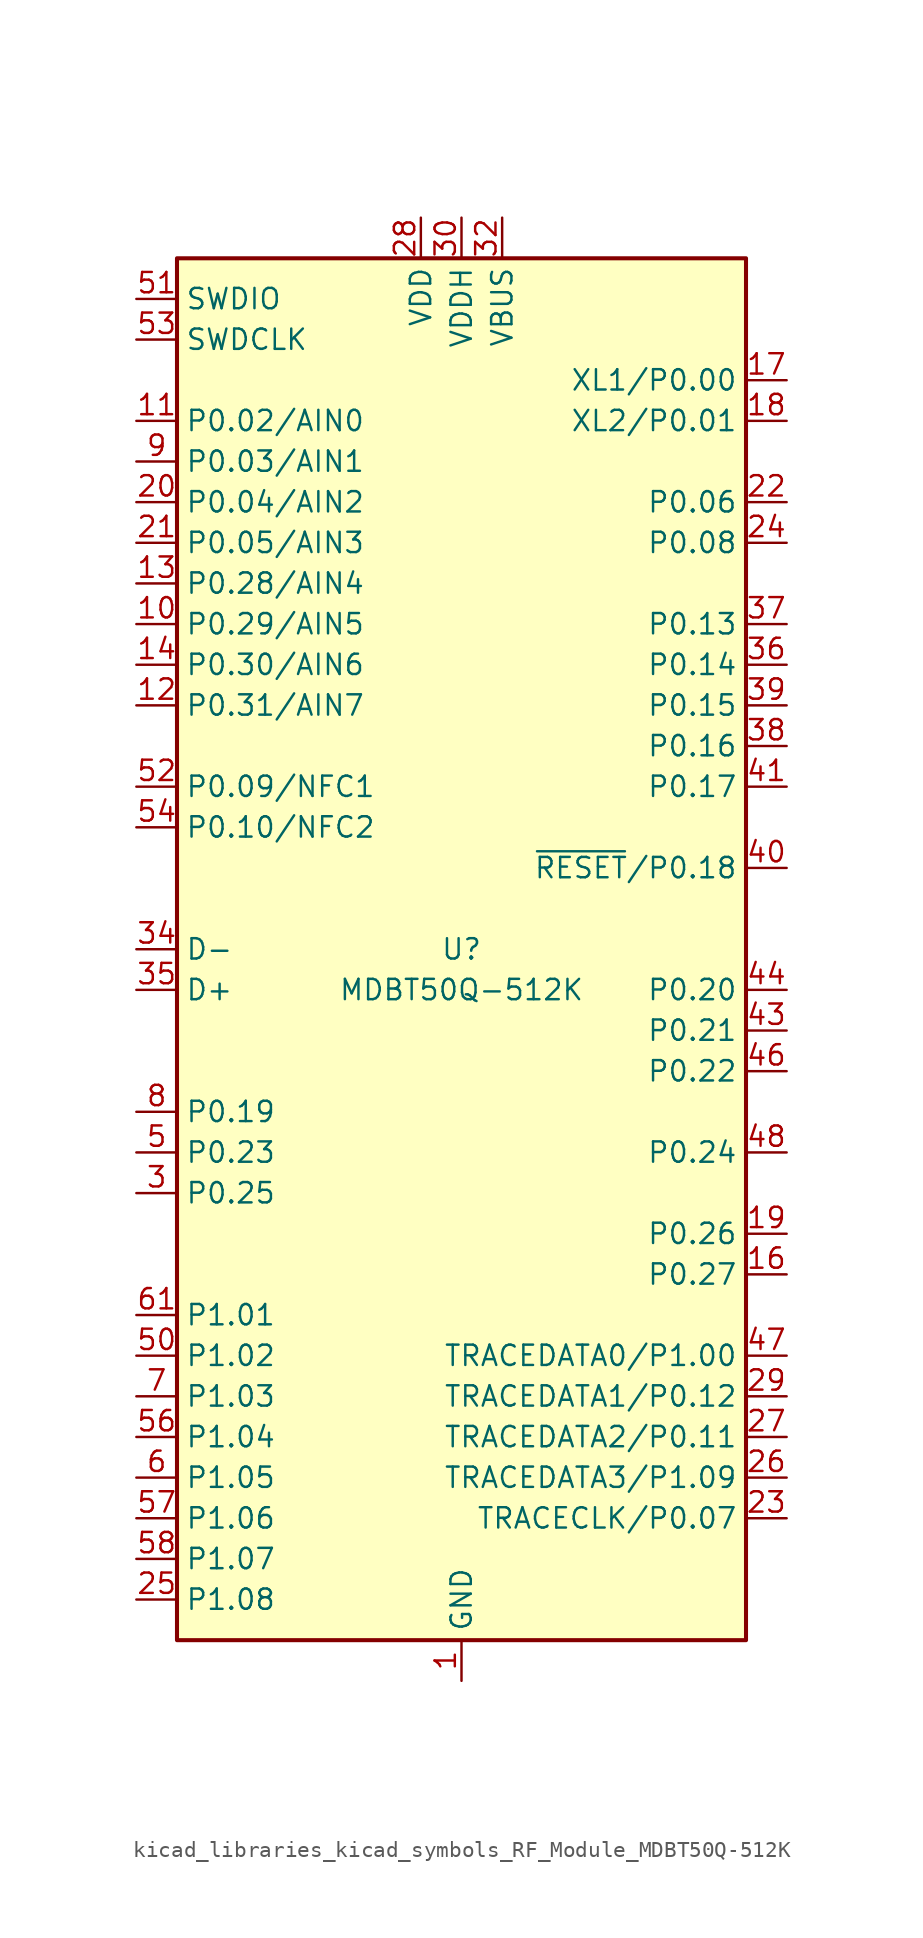
<source format=kicad_sym>
(kicad_symbol_lib
  (version 20220914)
  (generator kicad_symbol_editor)
  (symbol "kicad_libraries_kicad_symbols_RF_Module_MDBT50Q-512K"
    (property "Reference" "U"
      (at 0 0 0)
      (effects (font (size 1.27 1.27))))
    (property "Value" "MDBT50Q-512K"
      (at 0 -2.54 0)
      (effects (font (size 1.27 1.27))))
    (symbol "kicad_libraries_kicad_symbols_RF_Module_MDBT50Q-512K_0_1"
      (rectangle (start -17.78 43.18) (end 17.78 -43.18) (stroke (width 0.254) (type default)) (fill (type background))))
    (symbol "kicad_libraries_kicad_symbols_RF_Module_MDBT50Q-512K_1_1"
      (pin power_in line (at 0 -45.72 90) (length 2.54) (name "GND" (effects (font (size 1.27 1.27)))) (number "1" (effects (font (size 1.27 1.27)))))
      (pin bidirectional line (at -20.32 20.32 0) (length 2.54) (name "P0.29/AIN5" (effects (font (size 1.27 1.27)))) (number "10" (effects (font (size 1.27 1.27)))))
      (pin bidirectional line (at -20.32 33.02 0) (length 2.54) (name "P0.02/AIN0" (effects (font (size 1.27 1.27)))) (number "11" (effects (font (size 1.27 1.27)))))
      (pin bidirectional line (at -20.32 15.24 0) (length 2.54) (name "P0.31/AIN7" (effects (font (size 1.27 1.27)))) (number "12" (effects (font (size 1.27 1.27)))))
      (pin bidirectional line (at -20.32 22.86 0) (length 2.54) (name "P0.28/AIN4" (effects (font (size 1.27 1.27)))) (number "13" (effects (font (size 1.27 1.27)))))
      (pin bidirectional line (at -20.32 17.78 0) (length 2.54) (name "P0.30/AIN6" (effects (font (size 1.27 1.27)))) (number "14" (effects (font (size 1.27 1.27)))))
      (pin passive line (at 0 -45.72 90) (length 2.54) hide (name "GND" (effects (font (size 1.27 1.27)))) (number "15" (effects (font (size 1.27 1.27)))))
      (pin bidirectional line (at 20.32 -20.32 180) (length 2.54) (name "P0.27" (effects (font (size 1.27 1.27)))) (number "16" (effects (font (size 1.27 1.27)))))
      (pin bidirectional line (at 20.32 35.56 180) (length 2.54) (name "XL1/P0.00" (effects (font (size 1.27 1.27)))) (number "17" (effects (font (size 1.27 1.27)))))
      (pin bidirectional line (at 20.32 33.02 180) (length 2.54) (name "XL2/P0.01" (effects (font (size 1.27 1.27)))) (number "18" (effects (font (size 1.27 1.27)))))
      (pin bidirectional line (at 20.32 -17.78 180) (length 2.54) (name "P0.26" (effects (font (size 1.27 1.27)))) (number "19" (effects (font (size 1.27 1.27)))))
      (pin passive line (at 0 -45.72 90) (length 2.54) hide (name "GND" (effects (font (size 1.27 1.27)))) (number "2" (effects (font (size 1.27 1.27)))))
      (pin bidirectional line (at -20.32 27.94 0) (length 2.54) (name "P0.04/AIN2" (effects (font (size 1.27 1.27)))) (number "20" (effects (font (size 1.27 1.27)))))
      (pin bidirectional line (at -20.32 25.4 0) (length 2.54) (name "P0.05/AIN3" (effects (font (size 1.27 1.27)))) (number "21" (effects (font (size 1.27 1.27)))))
      (pin bidirectional line (at 20.32 27.94 180) (length 2.54) (name "P0.06" (effects (font (size 1.27 1.27)))) (number "22" (effects (font (size 1.27 1.27)))))
      (pin bidirectional line (at 20.32 -35.56 180) (length 2.54) (name "TRACECLK/P0.07" (effects (font (size 1.27 1.27)))) (number "23" (effects (font (size 1.27 1.27)))))
      (pin bidirectional line (at 20.32 25.4 180) (length 2.54) (name "P0.08" (effects (font (size 1.27 1.27)))) (number "24" (effects (font (size 1.27 1.27)))))
      (pin bidirectional line (at -20.32 -40.64 0) (length 2.54) (name "P1.08" (effects (font (size 1.27 1.27)))) (number "25" (effects (font (size 1.27 1.27)))))
      (pin bidirectional line (at 20.32 -33.02 180) (length 2.54) (name "TRACEDATA3/P1.09" (effects (font (size 1.27 1.27)))) (number "26" (effects (font (size 1.27 1.27)))))
      (pin bidirectional line (at 20.32 -30.48 180) (length 2.54) (name "TRACEDATA2/P0.11" (effects (font (size 1.27 1.27)))) (number "27" (effects (font (size 1.27 1.27)))))
      (pin power_in line (at -2.54 45.72 270) (length 2.54) (name "VDD" (effects (font (size 1.27 1.27)))) (number "28" (effects (font (size 1.27 1.27)))))
      (pin bidirectional line (at 20.32 -27.94 180) (length 2.54) (name "TRACEDATA1/P0.12" (effects (font (size 1.27 1.27)))) (number "29" (effects (font (size 1.27 1.27)))))
      (pin bidirectional line (at -20.32 -15.24 0) (length 2.54) (name "P0.25" (effects (font (size 1.27 1.27)))) (number "3" (effects (font (size 1.27 1.27)))))
      (pin power_in line (at 0 45.72 270) (length 2.54) (name "VDDH" (effects (font (size 1.27 1.27)))) (number "30" (effects (font (size 1.27 1.27)))))
      (pin no_connect line (at 5.08 43.18 270) (length 2.54) hide (name "NC" (effects (font (size 1.27 1.27)))) (number "31" (effects (font (size 1.27 1.27)))))
      (pin power_in line (at 2.54 45.72 270) (length 2.54) (name "VBUS" (effects (font (size 1.27 1.27)))) (number "32" (effects (font (size 1.27 1.27)))))
      (pin passive line (at 0 -45.72 90) (length 2.54) hide (name "GND" (effects (font (size 1.27 1.27)))) (number "33" (effects (font (size 1.27 1.27)))))
      (pin bidirectional line (at -20.32 0 0) (length 2.54) (name "D-" (effects (font (size 1.27 1.27)))) (number "34" (effects (font (size 1.27 1.27)))))
      (pin bidirectional line (at -20.32 -2.54 0) (length 2.54) (name "D+" (effects (font (size 1.27 1.27)))) (number "35" (effects (font (size 1.27 1.27)))))
      (pin bidirectional line (at 20.32 17.78 180) (length 2.54) (name "P0.14" (effects (font (size 1.27 1.27)))) (number "36" (effects (font (size 1.27 1.27)))))
      (pin bidirectional line (at 20.32 20.32 180) (length 2.54) (name "P0.13" (effects (font (size 1.27 1.27)))) (number "37" (effects (font (size 1.27 1.27)))))
      (pin bidirectional line (at 20.32 12.7 180) (length 2.54) (name "P0.16" (effects (font (size 1.27 1.27)))) (number "38" (effects (font (size 1.27 1.27)))))
      (pin bidirectional line (at 20.32 15.24 180) (length 2.54) (name "P0.15" (effects (font (size 1.27 1.27)))) (number "39" (effects (font (size 1.27 1.27)))))
      (pin no_connect line (at -17.78 -17.78 0) (length 2.54) hide (name "NC" (effects (font (size 1.27 1.27)))) (number "4" (effects (font (size 1.27 1.27)))))
      (pin bidirectional line (at 20.32 5.08 180) (length 2.54) (name "~{RESET}/P0.18" (effects (font (size 1.27 1.27)))) (number "40" (effects (font (size 1.27 1.27)))))
      (pin bidirectional line (at 20.32 10.16 180) (length 2.54) (name "P0.17" (effects (font (size 1.27 1.27)))) (number "41" (effects (font (size 1.27 1.27)))))
      (pin no_connect line (at 17.78 0 180) (length 2.54) hide (name "P0.19" (effects (font (size 1.27 1.27)))) (number "42" (effects (font (size 1.27 1.27)))))
      (pin bidirectional line (at 20.32 -5.08 180) (length 2.54) (name "P0.21" (effects (font (size 1.27 1.27)))) (number "43" (effects (font (size 1.27 1.27)))))
      (pin bidirectional line (at 20.32 -2.54 180) (length 2.54) (name "P0.20" (effects (font (size 1.27 1.27)))) (number "44" (effects (font (size 1.27 1.27)))))
      (pin no_connect line (at 17.78 -10.16 180) (length 2.54) hide (name "NC" (effects (font (size 1.27 1.27)))) (number "45" (effects (font (size 1.27 1.27)))))
      (pin bidirectional line (at 20.32 -7.62 180) (length 2.54) (name "P0.22" (effects (font (size 1.27 1.27)))) (number "46" (effects (font (size 1.27 1.27)))))
      (pin bidirectional line (at 20.32 -25.4 180) (length 2.54) (name "TRACEDATA0/P1.00" (effects (font (size 1.27 1.27)))) (number "47" (effects (font (size 1.27 1.27)))))
      (pin bidirectional line (at 20.32 -12.7 180) (length 2.54) (name "P0.24" (effects (font (size 1.27 1.27)))) (number "48" (effects (font (size 1.27 1.27)))))
      (pin no_connect line (at 17.78 -15.24 180) (length 2.54) hide (name "NC" (effects (font (size 1.27 1.27)))) (number "49" (effects (font (size 1.27 1.27)))))
      (pin bidirectional line (at -20.32 -12.7 0) (length 2.54) (name "P0.23" (effects (font (size 1.27 1.27)))) (number "5" (effects (font (size 1.27 1.27)))))
      (pin bidirectional line (at -20.32 -25.4 0) (length 2.54) (name "P1.02" (effects (font (size 1.27 1.27)))) (number "50" (effects (font (size 1.27 1.27)))))
      (pin bidirectional line (at -20.32 40.64 0) (length 2.54) (name "SWDIO" (effects (font (size 1.27 1.27)))) (number "51" (effects (font (size 1.27 1.27)))))
      (pin bidirectional line (at -20.32 10.16 0) (length 2.54) (name "P0.09/NFC1" (effects (font (size 1.27 1.27)))) (number "52" (effects (font (size 1.27 1.27)))))
      (pin input line (at -20.32 38.1 0) (length 2.54) (name "SWDCLK" (effects (font (size 1.27 1.27)))) (number "53" (effects (font (size 1.27 1.27)))))
      (pin bidirectional line (at -20.32 7.62 0) (length 2.54) (name "P0.10/NFC2" (effects (font (size 1.27 1.27)))) (number "54" (effects (font (size 1.27 1.27)))))
      (pin passive line (at 0 -45.72 90) (length 2.54) hide (name "GND" (effects (font (size 1.27 1.27)))) (number "55" (effects (font (size 1.27 1.27)))))
      (pin bidirectional line (at -20.32 -30.48 0) (length 2.54) (name "P1.04" (effects (font (size 1.27 1.27)))) (number "56" (effects (font (size 1.27 1.27)))))
      (pin bidirectional line (at -20.32 -35.56 0) (length 2.54) (name "P1.06" (effects (font (size 1.27 1.27)))) (number "57" (effects (font (size 1.27 1.27)))))
      (pin bidirectional line (at -20.32 -38.1 0) (length 2.54) (name "P1.07" (effects (font (size 1.27 1.27)))) (number "58" (effects (font (size 1.27 1.27)))))
      (pin no_connect line (at 17.78 38.1 180) (length 2.54) hide (name "NC" (effects (font (size 1.27 1.27)))) (number "59" (effects (font (size 1.27 1.27)))))
      (pin bidirectional line (at -20.32 -33.02 0) (length 2.54) (name "P1.05" (effects (font (size 1.27 1.27)))) (number "6" (effects (font (size 1.27 1.27)))))
      (pin no_connect line (at 17.78 40.64 180) (length 2.54) hide (name "NC" (effects (font (size 1.27 1.27)))) (number "60" (effects (font (size 1.27 1.27)))))
      (pin bidirectional line (at -20.32 -22.86 0) (length 2.54) (name "P1.01" (effects (font (size 1.27 1.27)))) (number "61" (effects (font (size 1.27 1.27)))))
      (pin bidirectional line (at -20.32 -27.94 0) (length 2.54) (name "P1.03" (effects (font (size 1.27 1.27)))) (number "7" (effects (font (size 1.27 1.27)))))
      (pin bidirectional line (at -20.32 -10.16 0) (length 2.54) (name "P0.19" (effects (font (size 1.27 1.27)))) (number "8" (effects (font (size 1.27 1.27)))))
      (pin bidirectional line (at -20.32 30.48 0) (length 2.54) (name "P0.03/AIN1" (effects (font (size 1.27 1.27)))) (number "9" (effects (font (size 1.27 1.27))))))))
</source>
